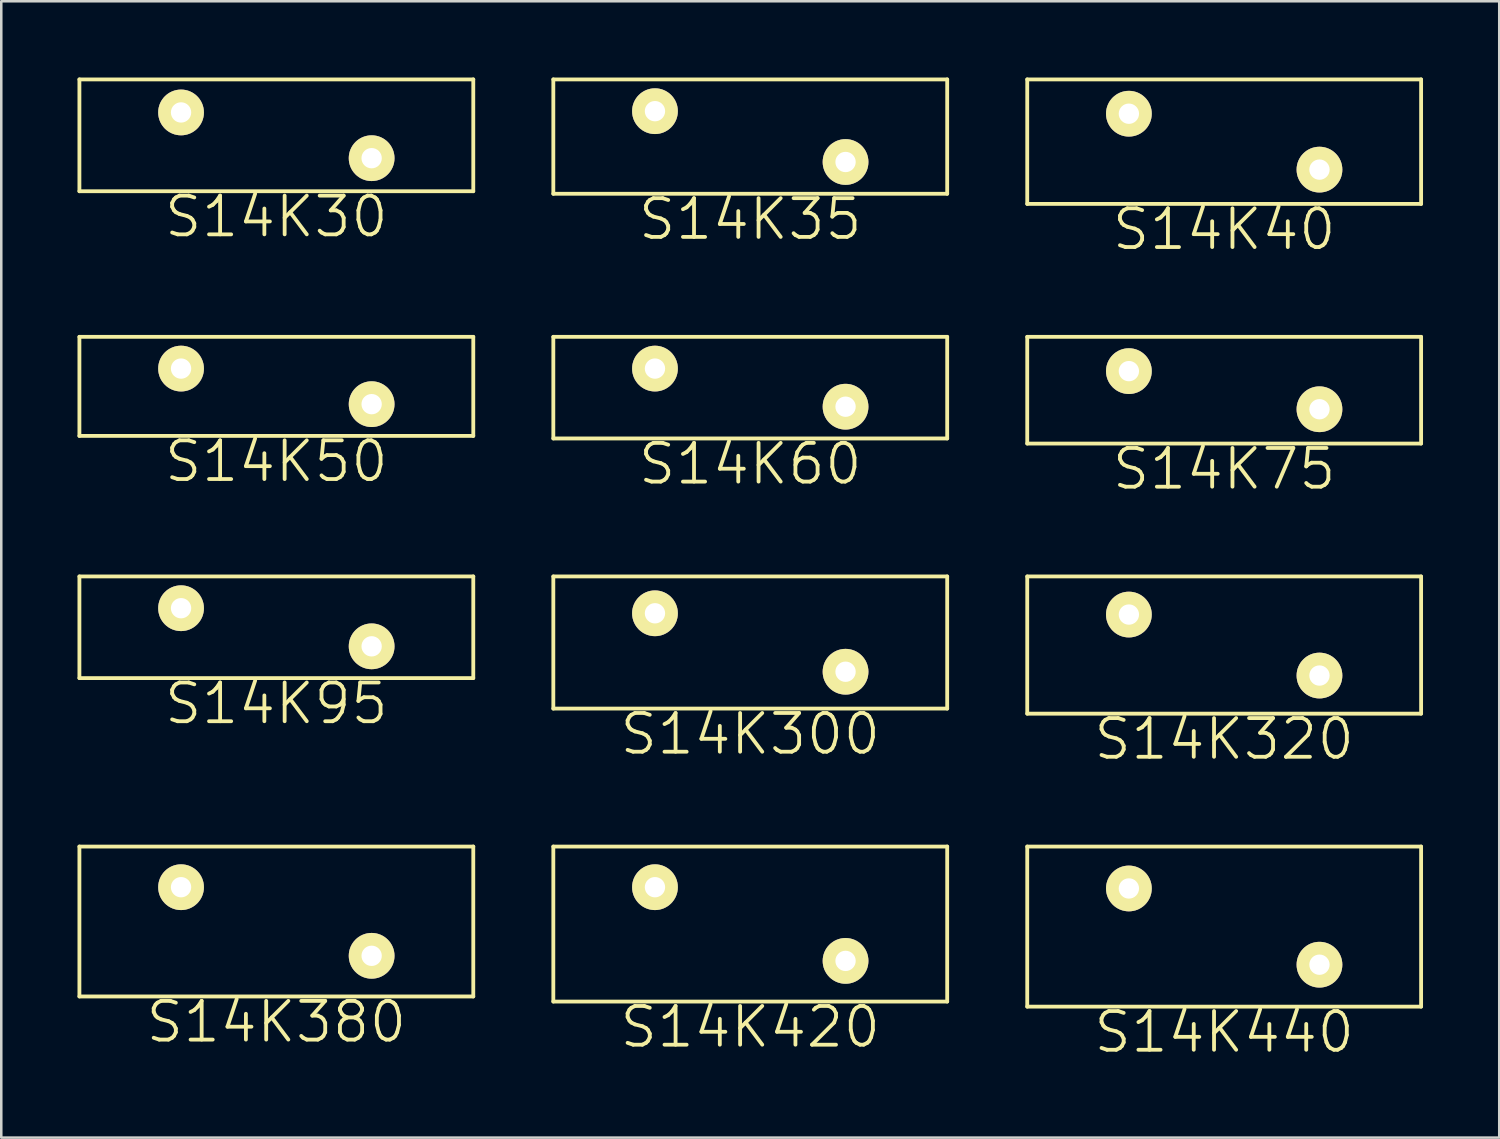
<source format=kicad_pcb>
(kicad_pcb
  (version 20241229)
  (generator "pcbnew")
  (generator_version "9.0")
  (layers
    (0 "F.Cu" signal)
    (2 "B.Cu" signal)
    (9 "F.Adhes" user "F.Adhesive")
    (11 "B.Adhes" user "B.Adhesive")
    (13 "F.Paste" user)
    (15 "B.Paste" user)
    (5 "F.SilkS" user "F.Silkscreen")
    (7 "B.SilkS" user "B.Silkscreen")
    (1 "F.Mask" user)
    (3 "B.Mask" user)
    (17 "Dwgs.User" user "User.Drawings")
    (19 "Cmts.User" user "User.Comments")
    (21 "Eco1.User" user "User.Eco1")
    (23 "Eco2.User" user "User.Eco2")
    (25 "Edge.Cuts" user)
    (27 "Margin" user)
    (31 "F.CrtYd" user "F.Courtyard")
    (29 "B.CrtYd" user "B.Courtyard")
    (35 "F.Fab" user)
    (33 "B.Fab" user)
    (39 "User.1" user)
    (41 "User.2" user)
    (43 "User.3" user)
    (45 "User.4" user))
  (footprint "S14K60"
    (layer "F.Cu")
    (at 22.725 11.455)
    (property "Reference" "S14K60" (at 3.75 3.75 0) (layer "F.SilkS") (effects (font (size 1.524 1.524) (thickness 0.15))))
    (attr through_hole)
    (fp_line (start -4 -1.25) (end -4 2.75) (stroke (width 0.15) (type solid)) (layer "F.SilkS"))
    (fp_line (start -4 -1.25) (end 11.5 -1.25) (stroke (width 0.15) (type solid)) (layer "F.SilkS"))
    (fp_line (start -4 2.75) (end 11.5 2.75) (stroke (width 0.15) (type solid)) (layer "F.SilkS"))
    (fp_line (start 11.5 -1.25) (end 11.5 2.75) (stroke (width 0.15) (type solid)) (layer "F.SilkS"))
    (pad "1" thru_hole circle (at 0 0) (size 1.8 1.8) (drill 0.8) (layers "*.Cu" "*.Mask" "F.SilkS"))
    (pad "2" thru_hole circle (at 7.5 1.5) (size 1.8 1.8) (drill 0.8) (layers "*.Cu" "*.Mask" "F.SilkS")))
  (footprint "S14K420"
    (layer "F.Cu")
    (at 22.725 31.864)
    (property "Reference" "S14K420" (at 3.75 5.5 0) (layer "F.SilkS") (effects (font (size 1.524 1.524) (thickness 0.15))))
    (attr through_hole)
    (fp_line (start -4 -1.6) (end -4 4.5) (stroke (width 0.15) (type solid)) (layer "F.SilkS"))
    (fp_line (start -4 -1.6) (end 11.5 -1.6) (stroke (width 0.15) (type solid)) (layer "F.SilkS"))
    (fp_line (start -4 4.5) (end 11.5 4.5) (stroke (width 0.15) (type solid)) (layer "F.SilkS"))
    (fp_line (start 11.5 -1.6) (end 11.5 4.5) (stroke (width 0.15) (type solid)) (layer "F.SilkS"))
    (pad "1" thru_hole circle (at 0 0) (size 1.8 1.8) (drill 0.8) (layers "*.Cu" "*.Mask" "F.SilkS"))
    (pad "2" thru_hole circle (at 7.5 2.9) (size 1.8 1.8) (drill 0.8) (layers "*.Cu" "*.Mask" "F.SilkS")))
  (footprint "S14K40"
    (layer "F.Cu")
    (at 41.375 1.425)
    (property "Reference" "S14K40" (at 3.75 4.55 0) (layer "F.SilkS") (effects (font (size 1.524 1.524) (thickness 0.15))))
    (attr through_hole)
    (fp_line (start -4 -1.35) (end -4 3.55) (stroke (width 0.15) (type solid)) (layer "F.SilkS"))
    (fp_line (start -4 -1.35) (end 11.5 -1.35) (stroke (width 0.15) (type solid)) (layer "F.SilkS"))
    (fp_line (start -4 3.55) (end 11.5 3.55) (stroke (width 0.15) (type solid)) (layer "F.SilkS"))
    (fp_line (start 11.5 -1.35) (end 11.5 3.55) (stroke (width 0.15) (type solid)) (layer "F.SilkS"))
    (pad "1" thru_hole circle (at 0 0) (size 1.8 1.8) (drill 0.8) (layers "*.Cu" "*.Mask" "F.SilkS"))
    (pad "2" thru_hole circle (at 7.5 2.2) (size 1.8 1.8) (drill 0.8) (layers "*.Cu" "*.Mask" "F.SilkS")))
  (footprint "S14K380"
    (layer "F.Cu")
    (at 4.075 31.864)
    (property "Reference" "S14K380" (at 3.75 5.3 0) (layer "F.SilkS") (effects (font (size 1.524 1.524) (thickness 0.15))))
    (attr through_hole)
    (fp_line (start -4 -1.6) (end -4 4.3) (stroke (width 0.15) (type solid)) (layer "F.SilkS"))
    (fp_line (start -4 -1.6) (end 11.5 -1.6) (stroke (width 0.15) (type solid)) (layer "F.SilkS"))
    (fp_line (start -4 4.3) (end 11.5 4.3) (stroke (width 0.15) (type solid)) (layer "F.SilkS"))
    (fp_line (start 11.5 -1.6) (end 11.5 4.3) (stroke (width 0.15) (type solid)) (layer "F.SilkS"))
    (pad "1" thru_hole circle (at 0 0) (size 1.8 1.8) (drill 0.8) (layers "*.Cu" "*.Mask" "F.SilkS"))
    (pad "2" thru_hole circle (at 7.5 2.7) (size 1.8 1.8) (drill 0.8) (layers "*.Cu" "*.Mask" "F.SilkS")))
  (footprint "S14K35"
    (layer "F.Cu")
    (at 22.725 1.325)
    (property "Reference" "S14K35" (at 3.75 4.25 0) (layer "F.SilkS") (effects (font (size 1.524 1.524) (thickness 0.15))))
    (attr through_hole)
    (fp_line (start -4 -1.25) (end -4 3.25) (stroke (width 0.15) (type solid)) (layer "F.SilkS"))
    (fp_line (start -4 -1.25) (end 11.5 -1.25) (stroke (width 0.15) (type solid)) (layer "F.SilkS"))
    (fp_line (start -4 3.25) (end 11.5 3.25) (stroke (width 0.15) (type solid)) (layer "F.SilkS"))
    (fp_line (start 11.5 -1.25) (end 11.5 3.25) (stroke (width 0.15) (type solid)) (layer "F.SilkS"))
    (pad "1" thru_hole circle (at 0 0) (size 1.8 1.8) (drill 0.8) (layers "*.Cu" "*.Mask" "F.SilkS"))
    (pad "2" thru_hole circle (at 7.5 2) (size 1.8 1.8) (drill 0.8) (layers "*.Cu" "*.Mask" "F.SilkS")))
  (footprint "S14K30"
    (layer "F.Cu")
    (at 4.075 1.375)
    (property "Reference" "S14K30" (at 3.75 4.1 0) (layer "F.SilkS") (effects (font (size 1.524 1.524) (thickness 0.15))))
    (attr through_hole)
    (fp_line (start -4 -1.3) (end -4 3.1) (stroke (width 0.15) (type solid)) (layer "F.SilkS"))
    (fp_line (start -4 -1.3) (end 11.5 -1.3) (stroke (width 0.15) (type solid)) (layer "F.SilkS"))
    (fp_line (start -4 3.1) (end 11.5 3.1) (stroke (width 0.15) (type solid)) (layer "F.SilkS"))
    (fp_line (start 11.5 -1.3) (end 11.5 3.1) (stroke (width 0.15) (type solid)) (layer "F.SilkS"))
    (pad "1" thru_hole circle (at 0 0) (size 1.8 1.8) (drill 0.8) (layers "*.Cu" "*.Mask" "F.SilkS"))
    (pad "2" thru_hole circle (at 7.5 1.8) (size 1.8 1.8) (drill 0.8) (layers "*.Cu" "*.Mask" "F.SilkS")))
  (footprint "S14K95"
    (layer "F.Cu")
    (at 4.075 20.885)
    (property "Reference" "S14K95" (at 3.75 3.75 0) (layer "F.SilkS") (effects (font (size 1.524 1.524) (thickness 0.15))))
    (attr through_hole)
    (fp_line (start -4 -1.25) (end -4 2.75) (stroke (width 0.15) (type solid)) (layer "F.SilkS"))
    (fp_line (start -4 -1.25) (end 11.5 -1.25) (stroke (width 0.15) (type solid)) (layer "F.SilkS"))
    (fp_line (start -4 2.75) (end 11.5 2.75) (stroke (width 0.15) (type solid)) (layer "F.SilkS"))
    (fp_line (start 11.5 -1.25) (end 11.5 2.75) (stroke (width 0.15) (type solid)) (layer "F.SilkS"))
    (pad "1" thru_hole circle (at 0 0) (size 1.8 1.8) (drill 0.8) (layers "*.Cu" "*.Mask" "F.SilkS"))
    (pad "2" thru_hole circle (at 7.5 1.5) (size 1.8 1.8) (drill 0.8) (layers "*.Cu" "*.Mask" "F.SilkS")))
  (footprint "S14K75"
    (layer "F.Cu")
    (at 41.375 11.555)
    (property "Reference" "S14K75" (at 3.75 3.85 0) (layer "F.SilkS") (effects (font (size 1.524 1.524) (thickness 0.15))))
    (attr through_hole)
    (fp_line (start -4 -1.35) (end -4 2.85) (stroke (width 0.15) (type solid)) (layer "F.SilkS"))
    (fp_line (start -4 -1.35) (end 11.5 -1.35) (stroke (width 0.15) (type solid)) (layer "F.SilkS"))
    (fp_line (start -4 2.85) (end 11.5 2.85) (stroke (width 0.15) (type solid)) (layer "F.SilkS"))
    (fp_line (start 11.5 -1.35) (end 11.5 2.85) (stroke (width 0.15) (type solid)) (layer "F.SilkS"))
    (pad "1" thru_hole circle (at 0 0) (size 1.8 1.8) (drill 0.8) (layers "*.Cu" "*.Mask" "F.SilkS"))
    (pad "2" thru_hole circle (at 7.5 1.5) (size 1.8 1.8) (drill 0.8) (layers "*.Cu" "*.Mask" "F.SilkS")))
  (footprint "S14K440"
    (layer "F.Cu")
    (at 41.375 31.914)
    (property "Reference" "S14K440" (at 3.75 5.65 0) (layer "F.SilkS") (effects (font (size 1.524 1.524) (thickness 0.15))))
    (attr through_hole)
    (fp_line (start -4 -1.65) (end -4 4.65) (stroke (width 0.15) (type solid)) (layer "F.SilkS"))
    (fp_line (start -4 -1.65) (end 11.5 -1.65) (stroke (width 0.15) (type solid)) (layer "F.SilkS"))
    (fp_line (start -4 4.65) (end 11.5 4.65) (stroke (width 0.15) (type solid)) (layer "F.SilkS"))
    (fp_line (start 11.5 -1.65) (end 11.5 4.65) (stroke (width 0.15) (type solid)) (layer "F.SilkS"))
    (pad "1" thru_hole circle (at 0 0) (size 1.8 1.8) (drill 0.8) (layers "*.Cu" "*.Mask" "F.SilkS"))
    (pad "2" thru_hole circle (at 7.5 3) (size 1.8 1.8) (drill 0.8) (layers "*.Cu" "*.Mask" "F.SilkS")))
  (footprint "S14K50"
    (layer "F.Cu")
    (at 4.075 11.455)
    (property "Reference" "S14K50" (at 3.75 3.65 0) (layer "F.SilkS") (effects (font (size 1.524 1.524) (thickness 0.15))))
    (attr through_hole)
    (fp_line (start -4 -1.25) (end -4 2.65) (stroke (width 0.15) (type solid)) (layer "F.SilkS"))
    (fp_line (start -4 -1.25) (end 11.5 -1.25) (stroke (width 0.15) (type solid)) (layer "F.SilkS"))
    (fp_line (start -4 2.65) (end 11.5 2.65) (stroke (width 0.15) (type solid)) (layer "F.SilkS"))
    (fp_line (start 11.5 -1.25) (end 11.5 2.65) (stroke (width 0.15) (type solid)) (layer "F.SilkS"))
    (pad "1" thru_hole circle (at 0 0) (size 1.8 1.8) (drill 0.8) (layers "*.Cu" "*.Mask" "F.SilkS"))
    (pad "2" thru_hole circle (at 7.5 1.4) (size 1.8 1.8) (drill 0.8) (layers "*.Cu" "*.Mask" "F.SilkS")))
  (footprint "S14K300"
    (layer "F.Cu")
    (at 22.725 21.085)
    (property "Reference" "S14K300" (at 3.75 4.75 0) (layer "F.SilkS") (effects (font (size 1.524 1.524) (thickness 0.15))))
    (attr through_hole)
    (fp_line (start -4 -1.45) (end -4 3.75) (stroke (width 0.15) (type solid)) (layer "F.SilkS"))
    (fp_line (start -4 -1.45) (end 11.5 -1.45) (stroke (width 0.15) (type solid)) (layer "F.SilkS"))
    (fp_line (start -4 3.75) (end 11.5 3.75) (stroke (width 0.15) (type solid)) (layer "F.SilkS"))
    (fp_line (start 11.5 -1.45) (end 11.5 3.75) (stroke (width 0.15) (type solid)) (layer "F.SilkS"))
    (pad "1" thru_hole circle (at 0 0) (size 1.8 1.8) (drill 0.8) (layers "*.Cu" "*.Mask" "F.SilkS"))
    (pad "2" thru_hole circle (at 7.5 2.3) (size 1.8 1.8) (drill 0.8) (layers "*.Cu" "*.Mask" "F.SilkS")))
  (footprint "S14K320"
    (layer "F.Cu")
    (at 41.375 21.135)
    (property "Reference" "S14K320" (at 3.75 4.9 0) (layer "F.SilkS") (effects (font (size 1.524 1.524) (thickness 0.15))))
    (attr through_hole)
    (fp_line (start -4 -1.5) (end -4 3.9) (stroke (width 0.15) (type solid)) (layer "F.SilkS"))
    (fp_line (start -4 -1.5) (end 11.5 -1.5) (stroke (width 0.15) (type solid)) (layer "F.SilkS"))
    (fp_line (start -4 3.9) (end 11.5 3.9) (stroke (width 0.15) (type solid)) (layer "F.SilkS"))
    (fp_line (start 11.5 -1.5) (end 11.5 3.9) (stroke (width 0.15) (type solid)) (layer "F.SilkS"))
    (pad "1" thru_hole circle (at 0 0) (size 1.8 1.8) (drill 0.8) (layers "*.Cu" "*.Mask" "F.SilkS"))
    (pad "2" thru_hole circle (at 7.5 2.4) (size 1.8 1.8) (drill 0.8) (layers "*.Cu" "*.Mask" "F.SilkS")))
  (gr_rect
    (start -3 -3)
    (end 55.95 41.719)
    (stroke (width 0.1) (type default))
    (fill no)
    (layer "Edge.Cuts")))
</source>
